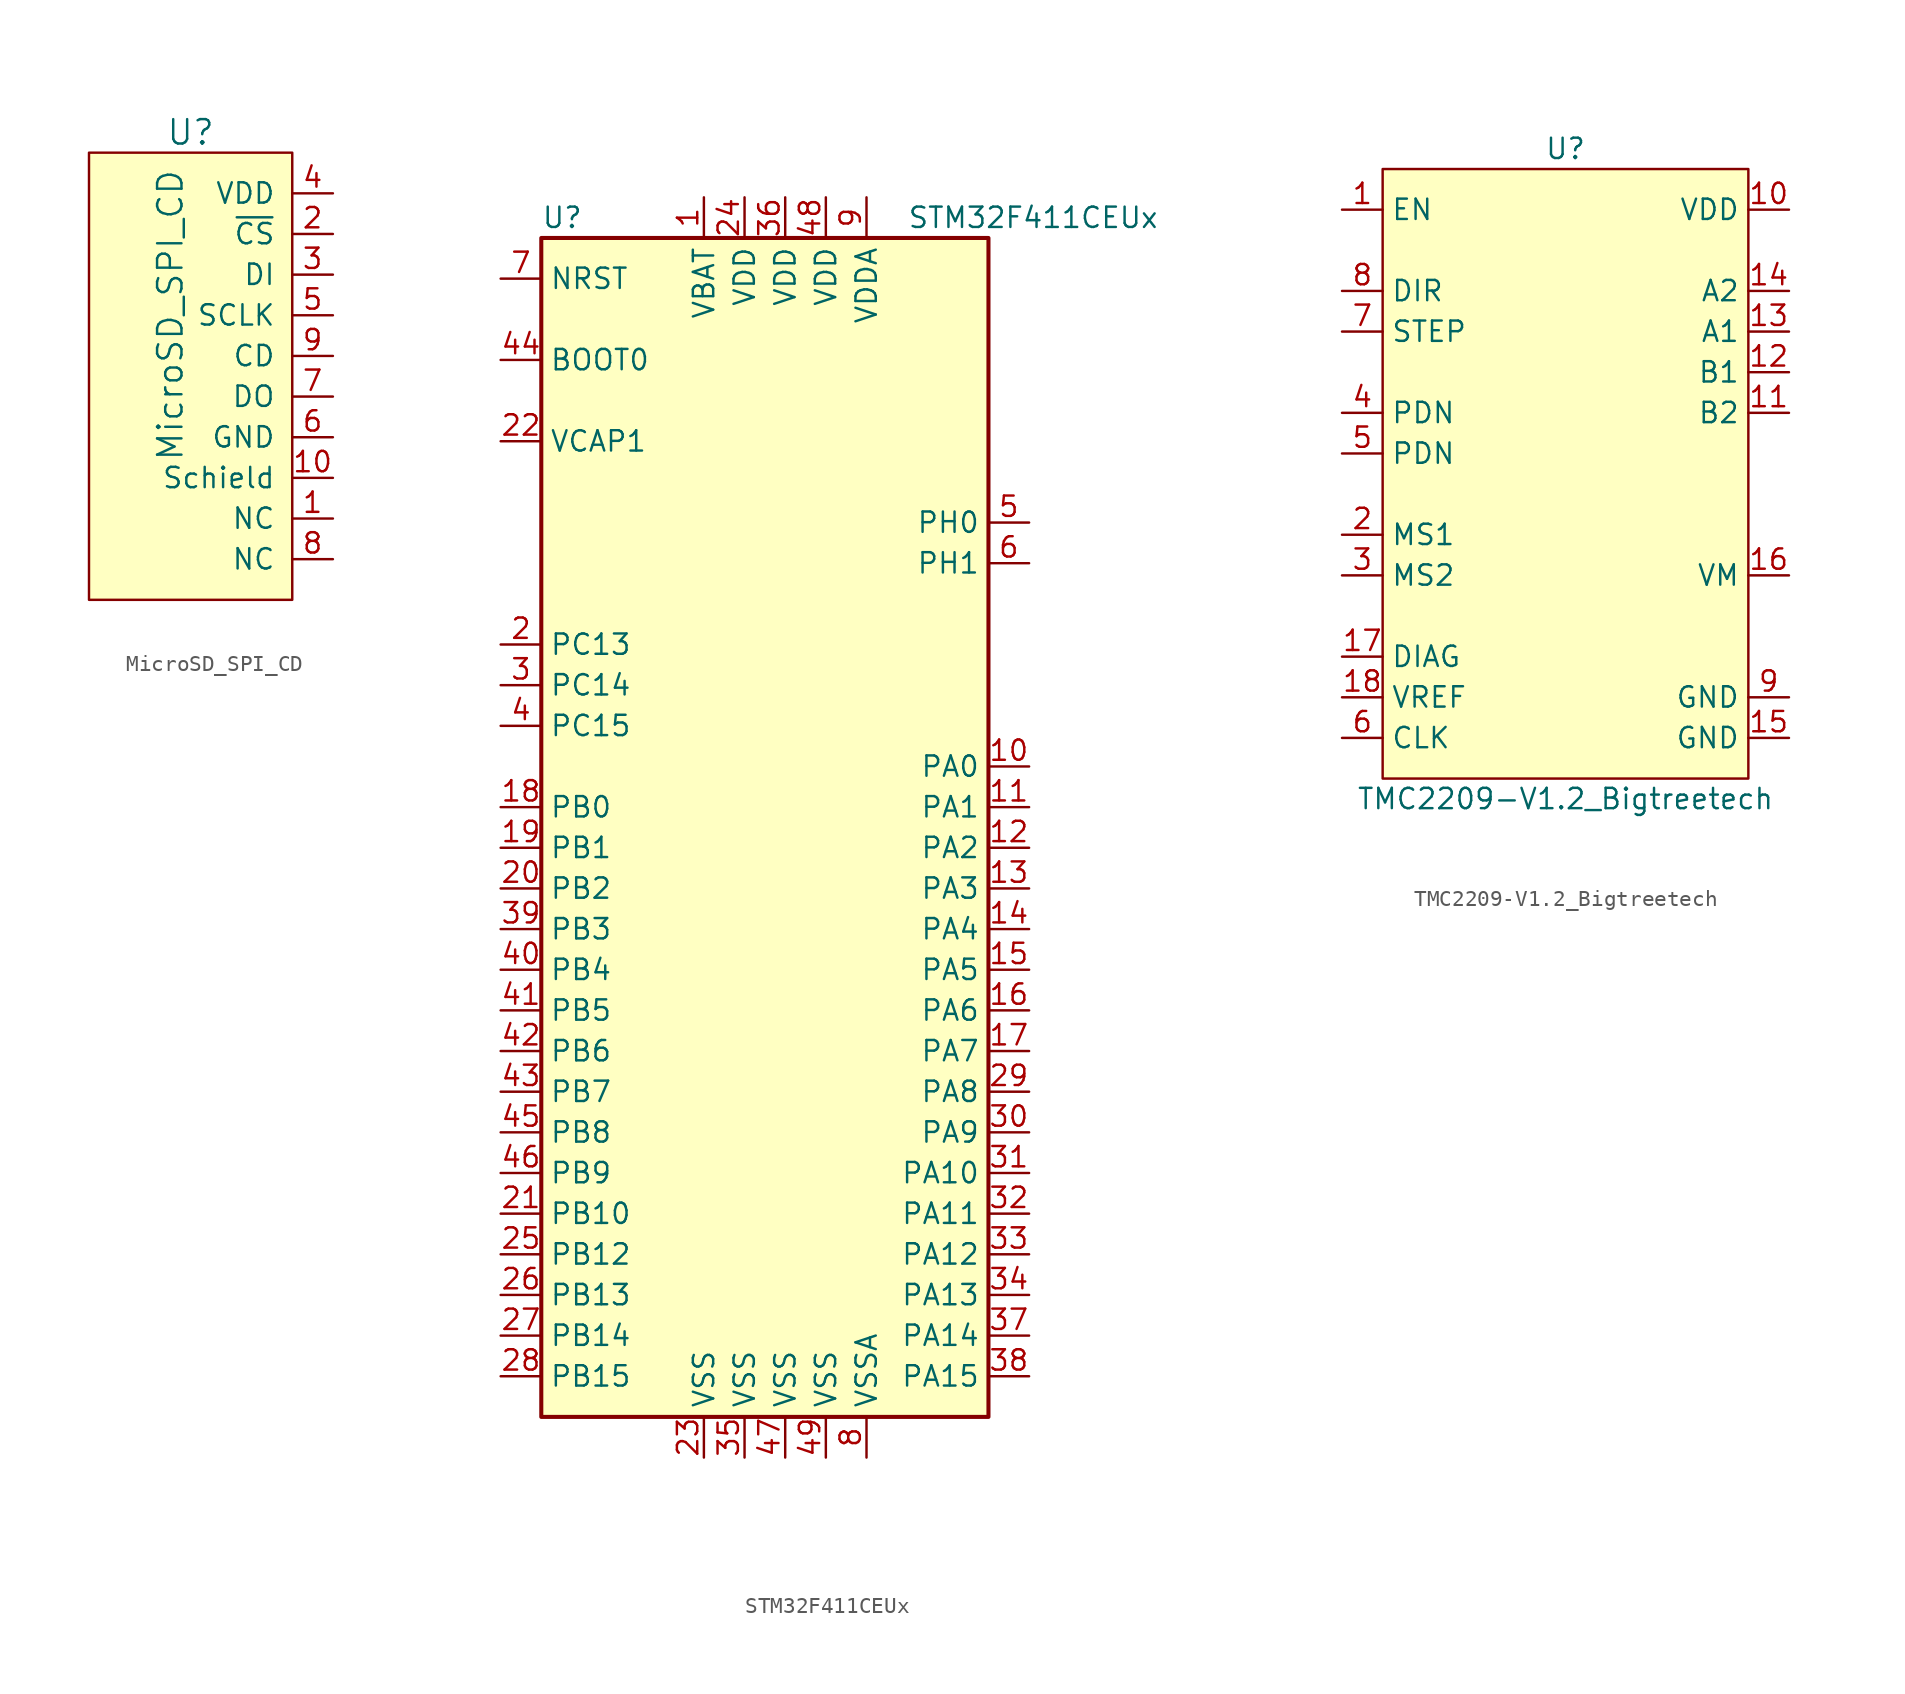
<source format=kicad_sym>
(kicad_symbol_lib
  (version 20211014)
  (generator kicad_symbol_editor)
  (symbol "MicroSD_SPI_CD"
    (pin_names
      (offset 1.016))
    (property "Reference" "U"
      (at 0 11.43 0)
      (effects (font (size 1.524 1.524))))
    (property "Value" "MicroSD_SPI_CD"
      (at -1.27 0 90)
      (effects (font (size 1.524 1.524))))
    (property "Footprint" ""
      (at -3.81 0 0)
      (effects (font (size 1.524 1.524))))
    (property "Datasheet" ""
      (at -3.81 0 0)
      (effects (font (size 1.524 1.524))))
    (symbol "MicroSD_SPI_CD_0_1"
      (polyline (pts (xy 6.35 10.16) (xy 6.35 -17.78) (xy -6.35 -17.78) (xy -6.35 10.16) (xy -2.54 10.16) (xy 6.35 10.16)) (stroke (width 0) (type default) (color 0 0 0 0)) (fill (type background))))
    (symbol "MicroSD_SPI_CD_1_1"
      (pin input line (at 8.89 -12.7 180) (length 2.54) (name "NC" (effects (font (size 1.27 1.27)))) (number "1" (effects (font (size 1.27 1.27)))))
      (pin input line (at 8.89 -10.16 180) (length 2.54) (name "Schield" (effects (font (size 1.27 1.27)))) (number "10" (effects (font (size 1.27 1.27)))))
      (pin input line (at 8.89 5.08 180) (length 2.54) (name "~{CS}" (effects (font (size 1.27 1.27)))) (number "2" (effects (font (size 1.27 1.27)))))
      (pin input line (at 8.89 2.54 180) (length 2.54) (name "DI" (effects (font (size 1.27 1.27)))) (number "3" (effects (font (size 1.27 1.27)))))
      (pin input line (at 8.89 7.62 180) (length 2.54) (name "VDD" (effects (font (size 1.27 1.27)))) (number "4" (effects (font (size 1.27 1.27)))))
      (pin input line (at 8.89 0 180) (length 2.54) (name "SCLK" (effects (font (size 1.27 1.27)))) (number "5" (effects (font (size 1.27 1.27)))))
      (pin input line (at 8.89 -7.62 180) (length 2.54) (name "GND" (effects (font (size 1.27 1.27)))) (number "6" (effects (font (size 1.27 1.27)))))
      (pin input line (at 8.89 -5.08 180) (length 2.54) (name "DO" (effects (font (size 1.27 1.27)))) (number "7" (effects (font (size 1.27 1.27)))))
      (pin input line (at 8.89 -15.24 180) (length 2.54) (name "NC" (effects (font (size 1.27 1.27)))) (number "8" (effects (font (size 1.27 1.27)))))
      (pin input line (at 8.89 -2.54 180) (length 2.54) (name "CD" (effects (font (size 1.27 1.27)))) (number "9" (effects (font (size 1.27 1.27)))))))
  (symbol "STM32F411CEUx"
    (property "Reference" "U"
      (at -15.24 36.83 0)
      (effects (font (size 1.27 1.27)) (justify left)))
    (property "Value" "STM32F411CEUx"
      (at 7.62 36.83 0)
      (effects (font (size 1.27 1.27)) (justify left)))
    (symbol "STM32F411CEUx_0_1"
      (rectangle (start -15.24 -38.1) (end 12.7 35.56) (stroke (width 0.254) (type default) (color 0 0 0 0)) (fill (type background))))
    (symbol "STM32F411CEUx_1_1"
      (pin power_in line (at -5.08 38.1 270) (length 2.54) (name "VBAT" (effects (font (size 1.27 1.27)))) (number "1" (effects (font (size 1.27 1.27)))))
      (pin bidirectional line (at 15.24 2.54 180) (length 2.54) (name "PA0" (effects (font (size 1.27 1.27)))) (number "10" (effects (font (size 1.27 1.27)))))
      (pin bidirectional line (at 15.24 0 180) (length 2.54) (name "PA1" (effects (font (size 1.27 1.27)))) (number "11" (effects (font (size 1.27 1.27)))))
      (pin bidirectional line (at 15.24 -2.54 180) (length 2.54) (name "PA2" (effects (font (size 1.27 1.27)))) (number "12" (effects (font (size 1.27 1.27)))))
      (pin bidirectional line (at 15.24 -5.08 180) (length 2.54) (name "PA3" (effects (font (size 1.27 1.27)))) (number "13" (effects (font (size 1.27 1.27)))))
      (pin bidirectional line (at 15.24 -7.62 180) (length 2.54) (name "PA4" (effects (font (size 1.27 1.27)))) (number "14" (effects (font (size 1.27 1.27)))))
      (pin bidirectional line (at 15.24 -10.16 180) (length 2.54) (name "PA5" (effects (font (size 1.27 1.27)))) (number "15" (effects (font (size 1.27 1.27)))))
      (pin bidirectional line (at 15.24 -12.7 180) (length 2.54) (name "PA6" (effects (font (size 1.27 1.27)))) (number "16" (effects (font (size 1.27 1.27)))))
      (pin bidirectional line (at 15.24 -15.24 180) (length 2.54) (name "PA7" (effects (font (size 1.27 1.27)))) (number "17" (effects (font (size 1.27 1.27)))))
      (pin bidirectional line (at -17.78 0 0) (length 2.54) (name "PB0" (effects (font (size 1.27 1.27)))) (number "18" (effects (font (size 1.27 1.27)))))
      (pin bidirectional line (at -17.78 -2.54 0) (length 2.54) (name "PB1" (effects (font (size 1.27 1.27)))) (number "19" (effects (font (size 1.27 1.27)))))
      (pin bidirectional line (at -17.78 10.16 0) (length 2.54) (name "PC13" (effects (font (size 1.27 1.27)))) (number "2" (effects (font (size 1.27 1.27)))))
      (pin bidirectional line (at -17.78 -5.08 0) (length 2.54) (name "PB2" (effects (font (size 1.27 1.27)))) (number "20" (effects (font (size 1.27 1.27)))))
      (pin bidirectional line (at -17.78 -25.4 0) (length 2.54) (name "PB10" (effects (font (size 1.27 1.27)))) (number "21" (effects (font (size 1.27 1.27)))))
      (pin power_in line (at -17.78 22.86 0) (length 2.54) (name "VCAP1" (effects (font (size 1.27 1.27)))) (number "22" (effects (font (size 1.27 1.27)))))
      (pin power_in line (at -5.08 -40.64 90) (length 2.54) (name "VSS" (effects (font (size 1.27 1.27)))) (number "23" (effects (font (size 1.27 1.27)))))
      (pin power_in line (at -2.54 38.1 270) (length 2.54) (name "VDD" (effects (font (size 1.27 1.27)))) (number "24" (effects (font (size 1.27 1.27)))))
      (pin bidirectional line (at -17.78 -27.94 0) (length 2.54) (name "PB12" (effects (font (size 1.27 1.27)))) (number "25" (effects (font (size 1.27 1.27)))))
      (pin bidirectional line (at -17.78 -30.48 0) (length 2.54) (name "PB13" (effects (font (size 1.27 1.27)))) (number "26" (effects (font (size 1.27 1.27)))))
      (pin bidirectional line (at -17.78 -33.02 0) (length 2.54) (name "PB14" (effects (font (size 1.27 1.27)))) (number "27" (effects (font (size 1.27 1.27)))))
      (pin bidirectional line (at -17.78 -35.56 0) (length 2.54) (name "PB15" (effects (font (size 1.27 1.27)))) (number "28" (effects (font (size 1.27 1.27)))))
      (pin bidirectional line (at 15.24 -17.78 180) (length 2.54) (name "PA8" (effects (font (size 1.27 1.27)))) (number "29" (effects (font (size 1.27 1.27)))))
      (pin bidirectional line (at -17.78 7.62 0) (length 2.54) (name "PC14" (effects (font (size 1.27 1.27)))) (number "3" (effects (font (size 1.27 1.27)))))
      (pin bidirectional line (at 15.24 -20.32 180) (length 2.54) (name "PA9" (effects (font (size 1.27 1.27)))) (number "30" (effects (font (size 1.27 1.27)))))
      (pin bidirectional line (at 15.24 -22.86 180) (length 2.54) (name "PA10" (effects (font (size 1.27 1.27)))) (number "31" (effects (font (size 1.27 1.27)))))
      (pin bidirectional line (at 15.24 -25.4 180) (length 2.54) (name "PA11" (effects (font (size 1.27 1.27)))) (number "32" (effects (font (size 1.27 1.27)))))
      (pin bidirectional line (at 15.24 -27.94 180) (length 2.54) (name "PA12" (effects (font (size 1.27 1.27)))) (number "33" (effects (font (size 1.27 1.27)))))
      (pin bidirectional line (at 15.24 -30.48 180) (length 2.54) (name "PA13" (effects (font (size 1.27 1.27)))) (number "34" (effects (font (size 1.27 1.27)))))
      (pin power_in line (at -2.54 -40.64 90) (length 2.54) (name "VSS" (effects (font (size 1.27 1.27)))) (number "35" (effects (font (size 1.27 1.27)))))
      (pin power_in line (at 0 38.1 270) (length 2.54) (name "VDD" (effects (font (size 1.27 1.27)))) (number "36" (effects (font (size 1.27 1.27)))))
      (pin bidirectional line (at 15.24 -33.02 180) (length 2.54) (name "PA14" (effects (font (size 1.27 1.27)))) (number "37" (effects (font (size 1.27 1.27)))))
      (pin bidirectional line (at 15.24 -35.56 180) (length 2.54) (name "PA15" (effects (font (size 1.27 1.27)))) (number "38" (effects (font (size 1.27 1.27)))))
      (pin bidirectional line (at -17.78 -7.62 0) (length 2.54) (name "PB3" (effects (font (size 1.27 1.27)))) (number "39" (effects (font (size 1.27 1.27)))))
      (pin bidirectional line (at -17.78 5.08 0) (length 2.54) (name "PC15" (effects (font (size 1.27 1.27)))) (number "4" (effects (font (size 1.27 1.27)))))
      (pin bidirectional line (at -17.78 -10.16 0) (length 2.54) (name "PB4" (effects (font (size 1.27 1.27)))) (number "40" (effects (font (size 1.27 1.27)))))
      (pin bidirectional line (at -17.78 -12.7 0) (length 2.54) (name "PB5" (effects (font (size 1.27 1.27)))) (number "41" (effects (font (size 1.27 1.27)))))
      (pin bidirectional line (at -17.78 -15.24 0) (length 2.54) (name "PB6" (effects (font (size 1.27 1.27)))) (number "42" (effects (font (size 1.27 1.27)))))
      (pin bidirectional line (at -17.78 -17.78 0) (length 2.54) (name "PB7" (effects (font (size 1.27 1.27)))) (number "43" (effects (font (size 1.27 1.27)))))
      (pin input line (at -17.78 27.94 0) (length 2.54) (name "BOOT0" (effects (font (size 1.27 1.27)))) (number "44" (effects (font (size 1.27 1.27)))))
      (pin bidirectional line (at -17.78 -20.32 0) (length 2.54) (name "PB8" (effects (font (size 1.27 1.27)))) (number "45" (effects (font (size 1.27 1.27)))))
      (pin bidirectional line (at -17.78 -22.86 0) (length 2.54) (name "PB9" (effects (font (size 1.27 1.27)))) (number "46" (effects (font (size 1.27 1.27)))))
      (pin power_in line (at 0 -40.64 90) (length 2.54) (name "VSS" (effects (font (size 1.27 1.27)))) (number "47" (effects (font (size 1.27 1.27)))))
      (pin power_in line (at 2.54 38.1 270) (length 2.54) (name "VDD" (effects (font (size 1.27 1.27)))) (number "48" (effects (font (size 1.27 1.27)))))
      (pin power_in line (at 2.54 -40.64 90) (length 2.54) (name "VSS" (effects (font (size 1.27 1.27)))) (number "49" (effects (font (size 1.27 1.27)))))
      (pin input line (at 15.24 17.78 180) (length 2.54) (name "PH0" (effects (font (size 1.27 1.27)))) (number "5" (effects (font (size 1.27 1.27)))))
      (pin input line (at 15.24 15.24 180) (length 2.54) (name "PH1" (effects (font (size 1.27 1.27)))) (number "6" (effects (font (size 1.27 1.27)))))
      (pin input line (at -17.78 33.02 0) (length 2.54) (name "NRST" (effects (font (size 1.27 1.27)))) (number "7" (effects (font (size 1.27 1.27)))))
      (pin power_in line (at 5.08 -40.64 90) (length 2.54) (name "VSSA" (effects (font (size 1.27 1.27)))) (number "8" (effects (font (size 1.27 1.27)))))
      (pin power_in line (at 5.08 38.1 270) (length 2.54) (name "VDDA" (effects (font (size 1.27 1.27)))) (number "9" (effects (font (size 1.27 1.27)))))))
  (symbol "TMC2209-V1.2_Bigtreetech"
    (property "Reference" "U"
      (at 0 20.32 0)
      (effects (font (size 1.27 1.27))))
    (property "Value" "TMC2209-V1.2_Bigtreetech"
      (at 0 -20.32 0)
      (effects (font (size 1.27 1.27))))
    (symbol "TMC2209-V1.2_Bigtreetech_0_0"
      (pin input line (at -13.97 16.51 0) (length 2.54) (name "EN" (effects (font (size 1.27 1.27)))) (number "1" (effects (font (size 1.27 1.27)))))
      (pin power_in line (at 13.97 16.51 180) (length 2.54) (name "VDD" (effects (font (size 1.27 1.27)))) (number "10" (effects (font (size 1.27 1.27)))))
      (pin power_out line (at 13.97 3.81 180) (length 2.54) (name "B2" (effects (font (size 1.27 1.27)))) (number "11" (effects (font (size 1.27 1.27)))))
      (pin power_out line (at 13.97 6.35 180) (length 2.54) (name "B1" (effects (font (size 1.27 1.27)))) (number "12" (effects (font (size 1.27 1.27)))))
      (pin power_out line (at 13.97 8.89 180) (length 2.54) (name "A1" (effects (font (size 1.27 1.27)))) (number "13" (effects (font (size 1.27 1.27)))))
      (pin power_out line (at 13.97 11.43 180) (length 2.54) (name "A2" (effects (font (size 1.27 1.27)))) (number "14" (effects (font (size 1.27 1.27)))))
      (pin power_in line (at 13.97 -16.51 180) (length 2.54) (name "GND" (effects (font (size 1.27 1.27)))) (number "15" (effects (font (size 1.27 1.27)))))
      (pin power_in line (at 13.97 -6.35 180) (length 2.54) (name "VM" (effects (font (size 1.27 1.27)))) (number "16" (effects (font (size 1.27 1.27)))))
      (pin output line (at -13.97 -11.43 0) (length 2.54) (name "DIAG" (effects (font (size 1.27 1.27)))) (number "17" (effects (font (size 1.27 1.27)))))
      (pin output line (at -13.97 -13.97 0) (length 2.54) (name "VREF" (effects (font (size 1.27 1.27)))) (number "18" (effects (font (size 1.27 1.27)))))
      (pin input line (at -13.97 -3.81 0) (length 2.54) (name "MS1" (effects (font (size 1.27 1.27)))) (number "2" (effects (font (size 1.27 1.27)))))
      (pin input line (at -13.97 -6.35 0) (length 2.54) (name "MS2" (effects (font (size 1.27 1.27)))) (number "3" (effects (font (size 1.27 1.27)))))
      (pin input line (at -13.97 3.81 0) (length 2.54) (name "PDN" (effects (font (size 1.27 1.27)))) (number "4" (effects (font (size 1.27 1.27)))))
      (pin input line (at -13.97 1.27 0) (length 2.54) (name "PDN" (effects (font (size 1.27 1.27)))) (number "5" (effects (font (size 1.27 1.27)))))
      (pin input line (at -13.97 -16.51 0) (length 2.54) (name "CLK" (effects (font (size 1.27 1.27)))) (number "6" (effects (font (size 1.27 1.27)))))
      (pin input line (at -13.97 8.89 0) (length 2.54) (name "STEP" (effects (font (size 1.27 1.27)))) (number "7" (effects (font (size 1.27 1.27)))))
      (pin input line (at -13.97 11.43 0) (length 2.54) (name "DIR" (effects (font (size 1.27 1.27)))) (number "8" (effects (font (size 1.27 1.27)))))
      (pin power_in line (at 13.97 -13.97 180) (length 2.54) (name "GND" (effects (font (size 1.27 1.27)))) (number "9" (effects (font (size 1.27 1.27))))))
    (symbol "TMC2209-V1.2_Bigtreetech_0_1"
      (polyline (pts (xy 11.43 19.05) (xy 11.43 -19.05) (xy -11.43 -19.05) (xy -11.43 19.05) (xy 11.43 19.05)) (stroke (width 0) (type default) (color 0 0 0 0)) (fill (type background))))))
</source>
